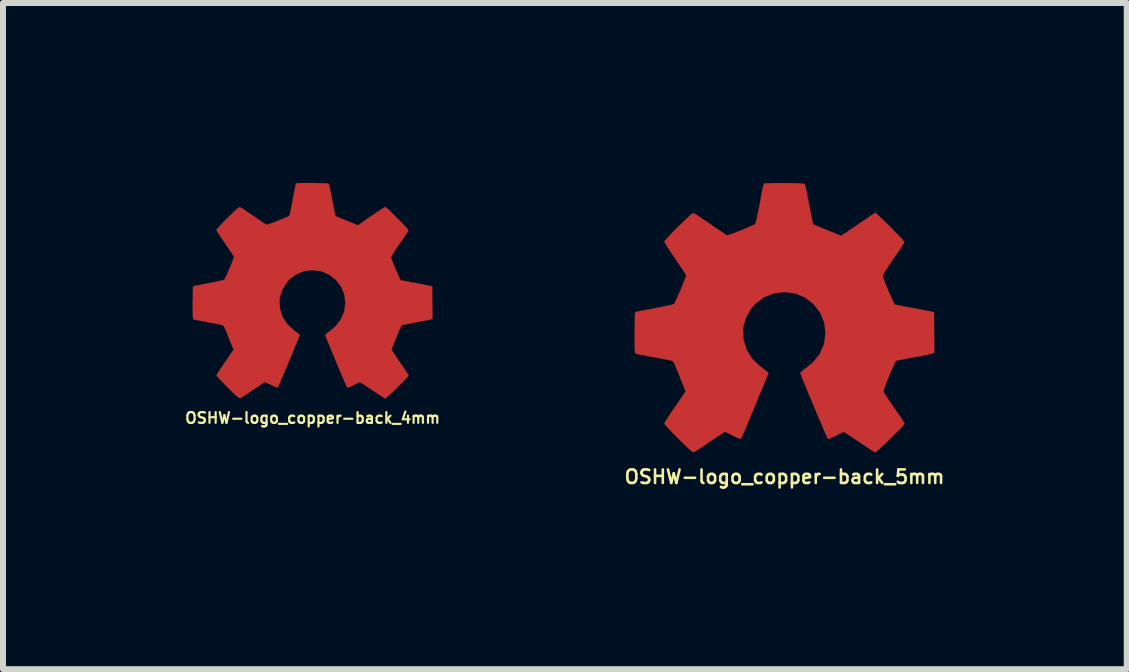
<source format=kicad_pcb>
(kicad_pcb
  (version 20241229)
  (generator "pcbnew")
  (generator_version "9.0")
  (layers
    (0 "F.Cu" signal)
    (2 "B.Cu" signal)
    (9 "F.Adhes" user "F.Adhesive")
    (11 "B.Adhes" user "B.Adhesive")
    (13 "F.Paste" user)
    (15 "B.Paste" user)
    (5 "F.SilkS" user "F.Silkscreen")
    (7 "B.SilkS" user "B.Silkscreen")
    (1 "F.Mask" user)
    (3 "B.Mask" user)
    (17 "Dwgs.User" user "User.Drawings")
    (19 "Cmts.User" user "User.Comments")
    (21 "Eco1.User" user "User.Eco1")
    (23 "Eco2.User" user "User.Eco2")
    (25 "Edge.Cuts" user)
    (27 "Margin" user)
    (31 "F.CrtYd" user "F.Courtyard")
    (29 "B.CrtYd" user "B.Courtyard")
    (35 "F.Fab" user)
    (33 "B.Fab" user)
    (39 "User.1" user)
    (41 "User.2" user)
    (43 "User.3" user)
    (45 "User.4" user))
  (footprint "OSHW-logo_copper-back_4mm"
    (layer "F.Cu")
    (at 2.161 1.797)
    (property "Reference" "OSHW-logo_copper-back_4mm" (at 0 2.121 0) (layer "F.SilkS") (effects (font (size 0.18 0.18) (thickness 0.036))))
    (attr through_hole)
    (fp_poly (pts (xy 1.212 1.796) (xy 1.191 1.786) (xy 1.143 1.755) (xy 1.077 1.712) (xy 0.998 1.659) (xy 0.919 1.605) (xy 0.853 1.562) (xy 0.808 1.532) (xy 0.79 1.521) (xy 0.78 1.524) (xy 0.742 1.544) (xy 0.686 1.572) (xy 0.655 1.587) (xy 0.605 1.61) (xy 0.579 1.615) (xy 0.577 1.608) (xy 0.556 1.57) (xy 0.528 1.504) (xy 0.49 1.417) (xy 0.447 1.316) (xy 0.401 1.206) (xy 0.356 1.095) (xy 0.31 0.988) (xy 0.272 0.892) (xy 0.239 0.815) (xy 0.218 0.759) (xy 0.211 0.737) (xy 0.213 0.732) (xy 0.239 0.709) (xy 0.282 0.676) (xy 0.378 0.597) (xy 0.47 0.48) (xy 0.528 0.348) (xy 0.546 0.201) (xy 0.531 0.066) (xy 0.478 -0.064) (xy 0.386 -0.183) (xy 0.274 -0.269) (xy 0.145 -0.325) (xy 0 -0.343) (xy -0.14 -0.328) (xy -0.272 -0.274) (xy -0.391 -0.185) (xy -0.439 -0.127) (xy -0.508 -0.008) (xy -0.549 0.119) (xy -0.551 0.15) (xy -0.546 0.292) (xy -0.505 0.427) (xy -0.432 0.546) (xy -0.328 0.645) (xy -0.315 0.655) (xy -0.267 0.691) (xy -0.236 0.714) (xy -0.211 0.734) (xy -0.389 1.166) (xy -0.417 1.234) (xy -0.467 1.351) (xy -0.511 1.453) (xy -0.544 1.534) (xy -0.569 1.587) (xy -0.579 1.61) (xy -0.594 1.613) (xy -0.627 1.6) (xy -0.688 1.572) (xy -0.729 1.552) (xy -0.775 1.529) (xy -0.795 1.521) (xy -0.813 1.532) (xy -0.856 1.56) (xy -0.919 1.603) (xy -0.996 1.654) (xy -1.069 1.704) (xy -1.138 1.75) (xy -1.186 1.781) (xy -1.212 1.793) (xy -1.214 1.793) (xy -1.234 1.781) (xy -1.275 1.75) (xy -1.333 1.694) (xy -1.415 1.613) (xy -1.427 1.6) (xy -1.496 1.529) (xy -1.552 1.471) (xy -1.59 1.43) (xy -1.603 1.412) (xy -1.59 1.387) (xy -1.56 1.339) (xy -1.514 1.27) (xy -1.46 1.191) (xy -1.318 0.983) (xy -1.397 0.787) (xy -1.42 0.729) (xy -1.45 0.655) (xy -1.473 0.605) (xy -1.486 0.582) (xy -1.506 0.574) (xy -1.56 0.561) (xy -1.638 0.544) (xy -1.73 0.528) (xy -1.819 0.511) (xy -1.897 0.495) (xy -1.956 0.485) (xy -1.981 0.48) (xy -1.986 0.475) (xy -1.991 0.462) (xy -1.996 0.437) (xy -1.996 0.389) (xy -1.999 0.312) (xy -1.999 0.201) (xy -1.999 0.191) (xy -1.996 0.084) (xy -1.996 0) (xy -1.994 -0.053) (xy -1.989 -0.074) (xy -1.963 -0.081) (xy -1.908 -0.091) (xy -1.829 -0.109) (xy -1.732 -0.127) (xy -1.727 -0.127) (xy -1.633 -0.145) (xy -1.554 -0.163) (xy -1.499 -0.175) (xy -1.476 -0.183) (xy -1.471 -0.188) (xy -1.45 -0.226) (xy -1.422 -0.284) (xy -1.392 -0.356) (xy -1.361 -0.429) (xy -1.333 -0.498) (xy -1.316 -0.546) (xy -1.311 -0.569) (xy -1.326 -0.592) (xy -1.359 -0.643) (xy -1.405 -0.709) (xy -1.46 -0.79) (xy -1.463 -0.798) (xy -1.519 -0.876) (xy -1.562 -0.945) (xy -1.593 -0.993) (xy -1.603 -1.013) (xy -1.603 -1.016) (xy -1.585 -1.039) (xy -1.544 -1.085) (xy -1.486 -1.146) (xy -1.415 -1.217) (xy -1.392 -1.237) (xy -1.316 -1.313) (xy -1.262 -1.364) (xy -1.227 -1.389) (xy -1.212 -1.397) (xy -1.212 -1.394) (xy -1.186 -1.382) (xy -1.135 -1.349) (xy -1.067 -1.3) (xy -0.986 -1.247) (xy -0.98 -1.242) (xy -0.902 -1.189) (xy -0.836 -1.143) (xy -0.787 -1.113) (xy -0.767 -1.1) (xy -0.762 -1.1) (xy -0.732 -1.11) (xy -0.673 -1.128) (xy -0.605 -1.156) (xy -0.531 -1.186) (xy -0.462 -1.214) (xy -0.411 -1.237) (xy -0.389 -1.25) (xy -0.389 -1.252) (xy -0.378 -1.28) (xy -0.366 -1.341) (xy -0.348 -1.422) (xy -0.33 -1.521) (xy -0.328 -1.537) (xy -0.31 -1.631) (xy -0.295 -1.709) (xy -0.282 -1.765) (xy -0.277 -1.788) (xy -0.264 -1.791) (xy -0.216 -1.793) (xy -0.145 -1.796) (xy -0.058 -1.796) (xy 0.03 -1.796) (xy 0.117 -1.793) (xy 0.193 -1.791) (xy 0.246 -1.788) (xy 0.269 -1.783) (xy 0.272 -1.781) (xy 0.279 -1.753) (xy 0.292 -1.692) (xy 0.31 -1.61) (xy 0.328 -1.511) (xy 0.33 -1.494) (xy 0.348 -1.4) (xy 0.366 -1.321) (xy 0.376 -1.267) (xy 0.384 -1.247) (xy 0.391 -1.242) (xy 0.429 -1.224) (xy 0.493 -1.199) (xy 0.574 -1.166) (xy 0.757 -1.092) (xy 0.98 -1.247) (xy 1.001 -1.26) (xy 1.082 -1.316) (xy 1.148 -1.359) (xy 1.194 -1.389) (xy 1.214 -1.4) (xy 1.237 -1.379) (xy 1.283 -1.339) (xy 1.344 -1.278) (xy 1.412 -1.209) (xy 1.466 -1.156) (xy 1.527 -1.092) (xy 1.567 -1.052) (xy 1.587 -1.024) (xy 1.595 -1.006) (xy 1.593 -0.996) (xy 1.58 -0.973) (xy 1.547 -0.925) (xy 1.501 -0.856) (xy 1.445 -0.777) (xy 1.4 -0.709) (xy 1.351 -0.635) (xy 1.321 -0.582) (xy 1.308 -0.554) (xy 1.311 -0.544) (xy 1.328 -0.5) (xy 1.354 -0.432) (xy 1.387 -0.353) (xy 1.466 -0.175) (xy 1.582 -0.155) (xy 1.654 -0.14) (xy 1.753 -0.122) (xy 1.847 -0.104) (xy 1.994 -0.074) (xy 1.999 0.465) (xy 1.976 0.475) (xy 1.953 0.483) (xy 1.9 0.493) (xy 1.821 0.508) (xy 1.73 0.526) (xy 1.651 0.541) (xy 1.572 0.556) (xy 1.516 0.566) (xy 1.491 0.572) (xy 1.483 0.582) (xy 1.463 0.62) (xy 1.435 0.681) (xy 1.405 0.754) (xy 1.374 0.828) (xy 1.346 0.899) (xy 1.326 0.953) (xy 1.318 0.98) (xy 1.328 1.001) (xy 1.359 1.046) (xy 1.402 1.113) (xy 1.455 1.191) (xy 1.511 1.27) (xy 1.554 1.339) (xy 1.587 1.387) (xy 1.6 1.407) (xy 1.593 1.422) (xy 1.562 1.46) (xy 1.504 1.521) (xy 1.415 1.61) (xy 1.4 1.623) (xy 1.331 1.692) (xy 1.27 1.745) (xy 1.229 1.783) (xy 1.212 1.796)) (stroke (width 0.003) (type solid)) (fill yes) (layer "F.Cu")))
  (footprint "OSHW-logo_copper-back_5mm"
    (layer "F.Cu")
    (at 10.028 2.247)
    (property "Reference" "OSHW-logo_copper-back_5mm" (at 0 2.652 0) (layer "F.SilkS") (effects (font (size 0.226 0.226) (thickness 0.043))))
    (attr through_hole)
    (fp_poly (pts (xy 1.514 2.245) (xy 1.488 2.23) (xy 1.43 2.195) (xy 1.346 2.139) (xy 1.247 2.073) (xy 1.148 2.007) (xy 1.067 1.953) (xy 1.011 1.915) (xy 0.986 1.902) (xy 0.973 1.908) (xy 0.927 1.93) (xy 0.859 1.966) (xy 0.818 1.986) (xy 0.757 2.012) (xy 0.724 2.019) (xy 0.719 2.009) (xy 0.696 1.961) (xy 0.66 1.88) (xy 0.615 1.77) (xy 0.559 1.643) (xy 0.503 1.509) (xy 0.445 1.369) (xy 0.389 1.234) (xy 0.34 1.115) (xy 0.3 1.019) (xy 0.274 0.95) (xy 0.264 0.922) (xy 0.267 0.914) (xy 0.3 0.884) (xy 0.353 0.843) (xy 0.472 0.747) (xy 0.589 0.602) (xy 0.66 0.437) (xy 0.683 0.251) (xy 0.663 0.081) (xy 0.597 -0.081) (xy 0.483 -0.229) (xy 0.343 -0.338) (xy 0.18 -0.406) (xy 0 -0.429) (xy -0.173 -0.409) (xy -0.34 -0.343) (xy -0.488 -0.231) (xy -0.551 -0.16) (xy -0.638 -0.01) (xy -0.686 0.147) (xy -0.691 0.188) (xy -0.683 0.363) (xy -0.632 0.533) (xy -0.538 0.683) (xy -0.409 0.808) (xy -0.394 0.818) (xy -0.335 0.864) (xy -0.295 0.894) (xy -0.264 0.919) (xy -0.488 1.458) (xy -0.523 1.542) (xy -0.584 1.689) (xy -0.638 1.816) (xy -0.681 1.918) (xy -0.711 1.984) (xy -0.724 2.012) (xy -0.724 2.014) (xy -0.744 2.017) (xy -0.785 2.002) (xy -0.861 1.966) (xy -0.909 1.941) (xy -0.968 1.913) (xy -0.993 1.902) (xy -1.016 1.915) (xy -1.069 1.951) (xy -1.151 2.004) (xy -1.247 2.068) (xy -1.339 2.131) (xy -1.422 2.187) (xy -1.483 2.225) (xy -1.514 2.243) (xy -1.519 2.243) (xy -1.544 2.228) (xy -1.593 2.187) (xy -1.666 2.118) (xy -1.77 2.014) (xy -1.786 1.999) (xy -1.872 1.913) (xy -1.941 1.839) (xy -1.986 1.788) (xy -2.004 1.765) (xy -1.989 1.735) (xy -1.951 1.674) (xy -1.895 1.587) (xy -1.826 1.488) (xy -1.648 1.229) (xy -1.745 0.986) (xy -1.775 0.909) (xy -1.814 0.82) (xy -1.841 0.754) (xy -1.857 0.726) (xy -1.882 0.716) (xy -1.951 0.701) (xy -2.047 0.681) (xy -2.162 0.66) (xy -2.273 0.64) (xy -2.372 0.62) (xy -2.443 0.607) (xy -2.477 0.599) (xy -2.484 0.594) (xy -2.492 0.579) (xy -2.494 0.546) (xy -2.497 0.485) (xy -2.499 0.391) (xy -2.499 0.251) (xy -2.499 0.236) (xy -2.497 0.107) (xy -2.494 0) (xy -2.492 -0.066) (xy -2.487 -0.094) (xy -2.456 -0.102) (xy -2.385 -0.117) (xy -2.286 -0.135) (xy -2.167 -0.157) (xy -2.159 -0.16) (xy -2.042 -0.183) (xy -1.943 -0.203) (xy -1.872 -0.218) (xy -1.844 -0.229) (xy -1.836 -0.236) (xy -1.814 -0.282) (xy -1.781 -0.356) (xy -1.74 -0.445) (xy -1.702 -0.538) (xy -1.669 -0.622) (xy -1.646 -0.683) (xy -1.638 -0.711) (xy -1.641 -0.714) (xy -1.659 -0.742) (xy -1.699 -0.803) (xy -1.755 -0.886) (xy -1.824 -0.988) (xy -1.829 -0.996) (xy -1.897 -1.095) (xy -1.953 -1.181) (xy -1.989 -1.24) (xy -2.004 -1.267) (xy -2.004 -1.27) (xy -1.981 -1.3) (xy -1.93 -1.356) (xy -1.857 -1.433) (xy -1.77 -1.521) (xy -1.742 -1.547) (xy -1.643 -1.643) (xy -1.577 -1.704) (xy -1.534 -1.737) (xy -1.514 -1.745) (xy -1.483 -1.727) (xy -1.42 -1.687) (xy -1.336 -1.628) (xy -1.234 -1.56) (xy -1.227 -1.554) (xy -1.128 -1.486) (xy -1.044 -1.43) (xy -0.986 -1.389) (xy -0.958 -1.374) (xy -0.955 -1.374) (xy -0.914 -1.387) (xy -0.843 -1.412) (xy -0.754 -1.445) (xy -0.663 -1.483) (xy -0.579 -1.519) (xy -0.516 -1.547) (xy -0.485 -1.565) (xy -0.475 -1.6) (xy -0.457 -1.676) (xy -0.437 -1.778) (xy -0.411 -1.9) (xy -0.409 -1.92) (xy -0.386 -2.04) (xy -0.368 -2.139) (xy -0.353 -2.207) (xy -0.345 -2.235) (xy -0.33 -2.238) (xy -0.272 -2.243) (xy -0.183 -2.245) (xy -0.074 -2.245) (xy 0.038 -2.245) (xy 0.147 -2.243) (xy 0.241 -2.24) (xy 0.31 -2.235) (xy 0.338 -2.23) (xy 0.338 -2.228) (xy 0.348 -2.189) (xy 0.366 -2.116) (xy 0.386 -2.012) (xy 0.409 -1.89) (xy 0.414 -1.867) (xy 0.437 -1.75) (xy 0.457 -1.651) (xy 0.47 -1.585) (xy 0.478 -1.557) (xy 0.49 -1.552) (xy 0.538 -1.532) (xy 0.617 -1.499) (xy 0.716 -1.458) (xy 0.945 -1.367) (xy 1.227 -1.557) (xy 1.252 -1.575) (xy 1.354 -1.643) (xy 1.435 -1.699) (xy 1.494 -1.737) (xy 1.516 -1.75) (xy 1.519 -1.75) (xy 1.547 -1.725) (xy 1.603 -1.671) (xy 1.679 -1.598) (xy 1.768 -1.511) (xy 1.831 -1.445) (xy 1.91 -1.367) (xy 1.958 -1.313) (xy 1.986 -1.28) (xy 1.994 -1.26) (xy 1.991 -1.245) (xy 1.974 -1.217) (xy 1.933 -1.156) (xy 1.875 -1.069) (xy 1.806 -0.97) (xy 1.75 -0.886) (xy 1.689 -0.792) (xy 1.651 -0.726) (xy 1.636 -0.693) (xy 1.641 -0.681) (xy 1.659 -0.625) (xy 1.694 -0.541) (xy 1.735 -0.442) (xy 1.834 -0.221) (xy 1.979 -0.193) (xy 2.068 -0.175) (xy 2.189 -0.152) (xy 2.309 -0.13) (xy 2.492 -0.094) (xy 2.499 0.582) (xy 2.471 0.594) (xy 2.443 0.602) (xy 2.375 0.617) (xy 2.278 0.638) (xy 2.162 0.658) (xy 2.065 0.676) (xy 1.966 0.696) (xy 1.895 0.709) (xy 1.864 0.716) (xy 1.854 0.726) (xy 1.831 0.775) (xy 1.796 0.851) (xy 1.755 0.942) (xy 1.717 1.036) (xy 1.681 1.125) (xy 1.659 1.191) (xy 1.648 1.224) (xy 1.661 1.252) (xy 1.699 1.311) (xy 1.753 1.392) (xy 1.821 1.491) (xy 1.887 1.587) (xy 1.946 1.671) (xy 1.984 1.732) (xy 2.002 1.76) (xy 1.991 1.778) (xy 1.953 1.826) (xy 1.88 1.902) (xy 1.768 2.012) (xy 1.75 2.029) (xy 1.664 2.113) (xy 1.59 2.182) (xy 1.537 2.228) (xy 1.514 2.245)) (stroke (width 0.003) (type solid)) (fill yes) (layer "F.Cu")))
  (gr_rect
    (start -3 -3)
    (end 15.734 8.106)
    (stroke (width 0.1) (type default))
    (fill no)
    (layer "Edge.Cuts")))
</source>
